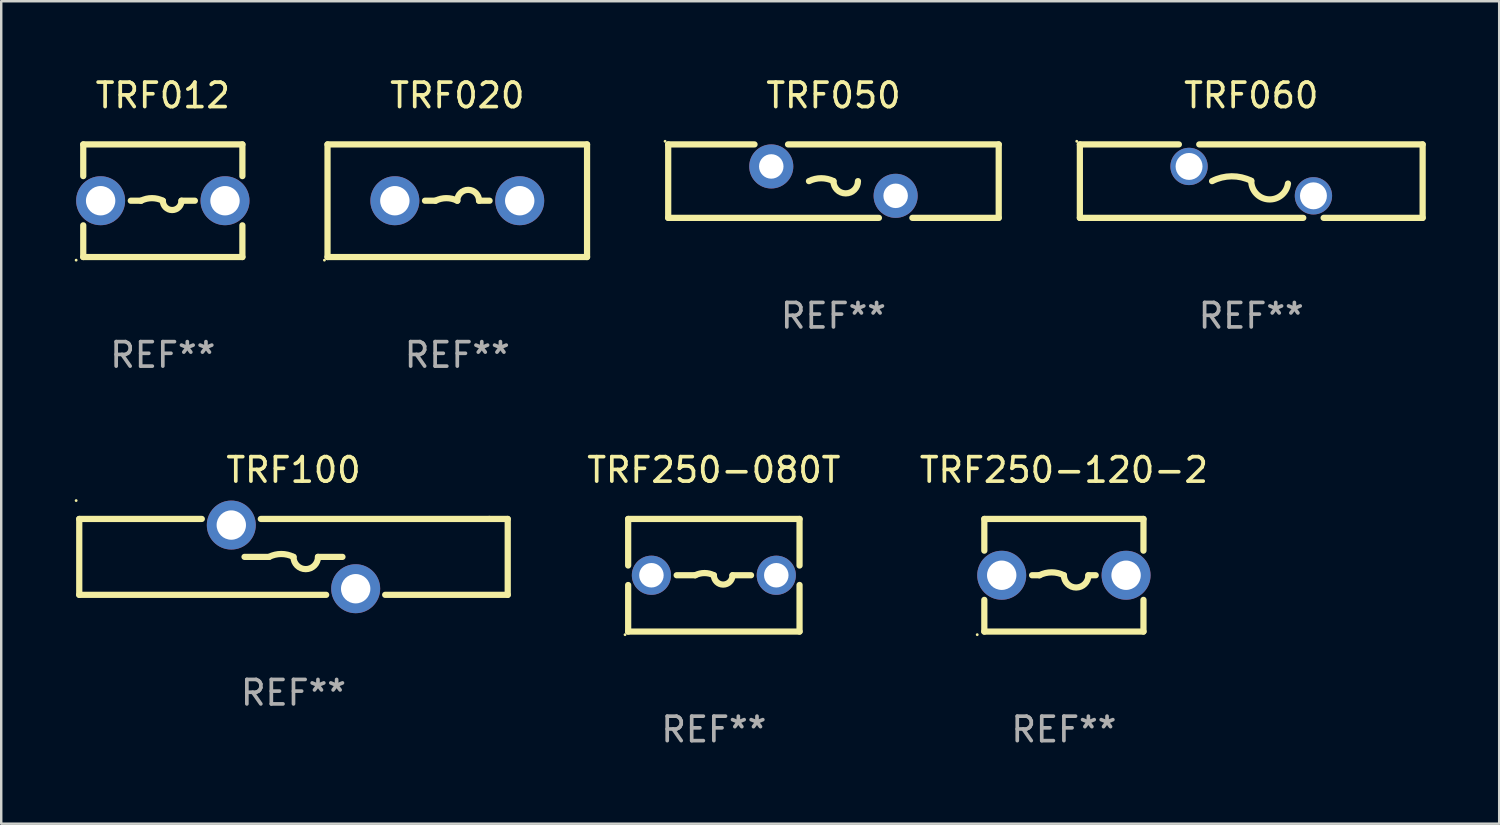
<source format=kicad_pcb>
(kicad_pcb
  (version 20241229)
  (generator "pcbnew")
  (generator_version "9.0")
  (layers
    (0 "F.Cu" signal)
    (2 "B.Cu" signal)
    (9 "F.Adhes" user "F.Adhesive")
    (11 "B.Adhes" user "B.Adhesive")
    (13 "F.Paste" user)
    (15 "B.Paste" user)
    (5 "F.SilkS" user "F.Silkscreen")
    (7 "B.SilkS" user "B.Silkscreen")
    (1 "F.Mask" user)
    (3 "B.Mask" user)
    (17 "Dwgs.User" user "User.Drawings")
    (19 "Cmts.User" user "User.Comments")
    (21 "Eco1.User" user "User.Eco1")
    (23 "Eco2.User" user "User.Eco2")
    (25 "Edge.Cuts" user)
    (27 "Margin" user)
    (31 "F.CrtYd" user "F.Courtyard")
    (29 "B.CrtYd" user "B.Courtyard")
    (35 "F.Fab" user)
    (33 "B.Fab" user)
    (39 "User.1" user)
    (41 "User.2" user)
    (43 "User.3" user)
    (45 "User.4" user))
  (footprint "TRF012"
    (layer "F.Cu")
    (at 3.6 5.148)
    (property "Reference" "TRF012" (at 0 -4.3 0) (layer "F.SilkS") (effects (font (size 1 1) (thickness 0.15))))
    (attr through_hole)
    (fp_line (start -3.25 -1.005) (end -3.25 -2.3) (stroke (width 0.254) (type solid)) (layer "F.SilkS"))
    (fp_line (start -3.25 2.3) (end -3.25 1.005) (stroke (width 0.254) (type solid)) (layer "F.SilkS"))
    (fp_line (start -3.25 -2.3) (end 3.25 -2.3) (stroke (width 0.254) (type solid)) (layer "F.SilkS"))
    (fp_line (start -1.309 0) (end -0.889 0) (stroke (width 0.254) (type solid)) (layer "F.SilkS"))
    (fp_line (start 1.309 0) (end 0.762 0) (stroke (width 0.254) (type solid)) (layer "F.SilkS"))
    (fp_line (start 3.25 2.3) (end -3.25 2.3) (stroke (width 0.254) (type solid)) (layer "F.SilkS"))
    (fp_line (start 3.25 -2.3) (end 3.25 -1.005) (stroke (width 0.254) (type solid)) (layer "F.SilkS"))
    (fp_line (start 3.25 1.005) (end 3.25 2.3) (stroke (width 0.254) (type solid)) (layer "F.SilkS"))
    (fp_arc (start -0.889014 0) (mid -0.444513 -0.104932) (end -0.000012 0.000001) (stroke (width 0.254001) (type solid)) (layer "F.SilkS"))
    (fp_arc (start 0.761989 0) (mid 0.380988 0.381001) (end -0.000013 0) (stroke (width 0.254001) (type solid)) (layer "F.SilkS"))
    (fp_circle (center -3.54 2.427) (end -3.51 2.427) (stroke (width 0.06) (type solid)) (fill no) (layer "F.SilkS"))
    (fp_text user "REF**" (at 0 6.3 0) (layer "F.Fab") (effects (font (size 1 1) (thickness 0.15))))
    (pad "1" thru_hole circle (at -2.54 0) (size 2 2) (drill 1.2) (layers "*.Cu" "*.Mask"))
    (pad "2" thru_hole circle (at 2.54 0) (size 2 2) (drill 1.2) (layers "*.Cu" "*.Mask")))
  (footprint "TRF060"
    (layer "F.Cu")
    (at 48.055 4.348)
    (property "Reference" "TRF060" (at 0 -3.5 0) (layer "F.SilkS") (effects (font (size 1 1) (thickness 0.15))))
    (attr through_hole)
    (fp_line (start -7 -1.5) (end -7 1.5) (stroke (width 0.254) (type solid)) (layer "F.SilkS"))
    (fp_line (start -7 -1.5) (end -2.956 -1.5) (stroke (width 0.254) (type solid)) (layer "F.SilkS"))
    (fp_line (start -2.124 -1.5) (end 7 -1.5) (stroke (width 0.254) (type solid)) (layer "F.SilkS"))
    (fp_line (start 2.124 1.5) (end -7 1.5) (stroke (width 0.254) (type solid)) (layer "F.SilkS"))
    (fp_line (start 7 1.5) (end 2.956 1.5) (stroke (width 0.254) (type solid)) (layer "F.SilkS"))
    (fp_line (start 7 1.5) (end 7 -1.5) (stroke (width 0.254) (type solid)) (layer "F.SilkS"))
    (fp_arc (start -1.6 0) (mid -0.801529 -0.197174) (end 0 -0.012827) (stroke (width 0.254001) (type solid)) (layer "F.SilkS"))
    (fp_arc (start 1.5 0.1) (mid 0.69724 0.745018) (end 0.000001 -0.012828) (stroke (width 0.254001) (type solid)) (layer "F.SilkS"))
    (fp_circle (center -7.127 -1.627) (end -7.097 -1.627) (stroke (width 0.06) (type solid)) (fill no) (layer "F.SilkS"))
    (fp_text user "REF**" (at 0 5.5 0) (layer "F.Fab") (effects (font (size 1 1) (thickness 0.15))))
    (pad "1" thru_hole circle (at -2.54 -0.6) (size 1.524 1.524) (drill 1.1) (layers "*.Cu" "*.Mask"))
    (pad "2" thru_hole circle (at 2.54 0.6) (size 1.524 1.524) (drill 1.1) (layers "*.Cu" "*.Mask")))
  (footprint "TRF100"
    (layer "F.Cu")
    (at 8.937 19.695)
    (property "Reference" "TRF100" (at 0 -3.55 0) (layer "F.SilkS") (effects (font (size 1 1) (thickness 0.15))))
    (attr through_hole)
    (fp_line (start -8.75 -1.55) (end -3.745 -1.55) (stroke (width 0.254) (type solid)) (layer "F.SilkS"))
    (fp_line (start -8.75 1.55) (end -8.75 -1.55) (stroke (width 0.254) (type solid)) (layer "F.SilkS"))
    (fp_line (start -8.75 1.55) (end 1.335 1.55) (stroke (width 0.254) (type solid)) (layer "F.SilkS"))
    (fp_line (start -1.335 -1.55) (end 8 -1.55) (stroke (width 0.254) (type solid)) (layer "F.SilkS"))
    (fp_line (start -1 0.000127) (end -2 0.000127) (stroke (width 0.254) (type solid)) (layer "F.SilkS"))
    (fp_line (start 1 0.000127) (end 2 0.000127) (stroke (width 0.254) (type solid)) (layer "F.SilkS"))
    (fp_line (start 3.745 1.55) (end 8.75 1.55) (stroke (width 0.254) (type solid)) (layer "F.SilkS"))
    (fp_line (start 8 -1.55) (end 8.75 -1.55) (stroke (width 0.254) (type solid)) (layer "F.SilkS"))
    (fp_line (start 8.75 -1.55) (end 8.75 1.55) (stroke (width 0.254) (type solid)) (layer "F.SilkS"))
    (fp_arc (start -1 0.000127) (mid -0.5 -0.117894) (end 0 0.000127) (stroke (width 0.254001) (type solid)) (layer "F.SilkS"))
    (fp_arc (start 1.000762 0.000127) (mid 0.500381 0.500254) (end 0 0.000127) (stroke (width 0.254001) (type solid)) (layer "F.SilkS"))
    (fp_circle (center -8.877 -2.3) (end -8.847 -2.3) (stroke (width 0.06) (type solid)) (fill no) (layer "F.SilkS"))
    (fp_text user "REF**" (at 0 5.55 0) (layer "F.Fab") (effects (font (size 1 1) (thickness 0.15))))
    (pad "1" thru_hole circle (at -2.54 -1.3) (size 2 2) (drill 1.2) (layers "*.Cu" "*.Mask"))
    (pad "2" thru_hole circle (at 2.54 1.3) (size 2 2) (drill 1.2) (layers "*.Cu" "*.Mask")))
  (footprint "TRF020"
    (layer "F.Cu")
    (at 15.627 5.148)
    (property "Reference" "TRF020" (at 0 -4.3 0) (layer "F.SilkS") (effects (font (size 1 1) (thickness 0.15))))
    (attr through_hole)
    (fp_line (start -5.3 -2.3) (end 5.3 -2.3) (stroke (width 0.254) (type solid)) (layer "F.SilkS"))
    (fp_line (start -5.3 2.3) (end -5.3 -2.3) (stroke (width 0.254) (type solid)) (layer "F.SilkS"))
    (fp_line (start -1.319 0) (end -0.889 0) (stroke (width 0.254) (type solid)) (layer "F.SilkS"))
    (fp_line (start 1.319 0) (end 0.889 0) (stroke (width 0.254) (type solid)) (layer "F.SilkS"))
    (fp_line (start 5.3 -2.3) (end 5.3 2.3) (stroke (width 0.254) (type solid)) (layer "F.SilkS"))
    (fp_line (start 5.3 2.3) (end -5.3 2.3) (stroke (width 0.254) (type solid)) (layer "F.SilkS"))
    (fp_arc (start -0.889002 0) (mid -0.444501 -0.104932) (end 0 0) (stroke (width 0.254001) (type solid)) (layer "F.SilkS"))
    (fp_arc (start 0 0) (mid 0.444501 -0.444501) (end 0.889002 0) (stroke (width 0.254001) (type solid)) (layer "F.SilkS"))
    (fp_circle (center -5.427 2.427) (end -5.397 2.427) (stroke (width 0.06) (type solid)) (fill no) (layer "F.SilkS"))
    (fp_text user "REF**" (at 0 6.3 0) (layer "F.Fab") (effects (font (size 1 1) (thickness 0.15))))
    (pad "1" thru_hole circle (at -2.55 0) (size 2 2) (drill 1.2) (layers "*.Cu" "*.Mask"))
    (pad "2" thru_hole circle (at 2.55 0) (size 2 2) (drill 1.2) (layers "*.Cu" "*.Mask")))
  (footprint "TRF250-120-2"
    (layer "F.Cu")
    (at 40.403 20.445)
    (property "Reference" "TRF250-120-2" (at 0 -4.3 0) (layer "F.SilkS") (effects (font (size 1 1) (thickness 0.15))))
    (attr through_hole)
    (fp_line (start -3.25 -2.3) (end -3.25 -1.005) (stroke (width 0.254) (type solid)) (layer "F.SilkS"))
    (fp_line (start -3.25 -2.3) (end 3.25 -2.3) (stroke (width 0.254) (type solid)) (layer "F.SilkS"))
    (fp_line (start -3.25 1.005) (end -3.25 2.3) (stroke (width 0.254) (type solid)) (layer "F.SilkS"))
    (fp_line (start -1 0) (end -1.3 0) (stroke (width 0.254) (type solid)) (layer "F.SilkS"))
    (fp_line (start 1 0) (end 1.3 0) (stroke (width 0.254) (type solid)) (layer "F.SilkS"))
    (fp_line (start 3.25 -2.3) (end 3.25 -1.005) (stroke (width 0.254) (type solid)) (layer "F.SilkS"))
    (fp_line (start 3.25 1.005) (end 3.25 2.3) (stroke (width 0.254) (type solid)) (layer "F.SilkS"))
    (fp_line (start 3.25 2.3) (end -3.25 2.3) (stroke (width 0.254) (type solid)) (layer "F.SilkS"))
    (fp_arc (start -1.000762 0) (mid -0.500381 -0.118151) (end 0 0) (stroke (width 0.254001) (type solid)) (layer "F.SilkS"))
    (fp_arc (start 1.000762 0) (mid 0.500381 0.500127) (end 0 0) (stroke (width 0.254001) (type solid)) (layer "F.SilkS"))
    (fp_circle (center -3.54 2.427) (end -3.51 2.427) (stroke (width 0.06) (type solid)) (fill no) (layer "F.SilkS"))
    (fp_text user "REF**" (at 0 6.3 0) (layer "F.Fab") (effects (font (size 1 1) (thickness 0.15))))
    (pad "1" thru_hole circle (at -2.54 0) (size 2 2) (drill 1.2) (layers "*.Cu" "*.Mask"))
    (pad "2" thru_hole circle (at 2.54 0) (size 2 2) (drill 1.2) (layers "*.Cu" "*.Mask")))
  (footprint "TRF250-080T"
    (layer "F.Cu")
    (at 26.106 20.445)
    (property "Reference" "TRF250-080T" (at 0 -4.3 0) (layer "F.SilkS") (effects (font (size 1 1) (thickness 0.15))))
    (attr through_hole)
    (fp_line (start -3.5 -2.3) (end -3.5 -0.398) (stroke (width 0.254) (type solid)) (layer "F.SilkS"))
    (fp_line (start -3.5 -2.3) (end 3.5 -2.3) (stroke (width 0.254) (type solid)) (layer "F.SilkS"))
    (fp_line (start -3.5 0.398) (end -3.5 2.3) (stroke (width 0.254) (type solid)) (layer "F.SilkS"))
    (fp_line (start -1.519 0) (end -0.762 0) (stroke (width 0.254) (type solid)) (layer "F.SilkS"))
    (fp_line (start 1.519 0) (end 0.762 0) (stroke (width 0.254) (type solid)) (layer "F.SilkS"))
    (fp_line (start 3.5 -2.3) (end 3.5 -0.397) (stroke (width 0.254) (type solid)) (layer "F.SilkS"))
    (fp_line (start 3.5 0.397) (end 3.5 2.3) (stroke (width 0.254) (type solid)) (layer "F.SilkS"))
    (fp_line (start 3.5 2.3) (end -3.5 2.3) (stroke (width 0.254) (type solid)) (layer "F.SilkS"))
    (fp_arc (start -0.762129 0) (mid -0.381128 -0.089942) (end -0.000127 0) (stroke (width 0.254001) (type solid)) (layer "F.SilkS"))
    (fp_arc (start 0.761875 0) (mid 0.380874 0.381001) (end -0.000127 0) (stroke (width 0.254001) (type solid)) (layer "F.SilkS"))
    (fp_circle (center -3.627 2.427) (end -3.597 2.427) (stroke (width 0.06) (type solid)) (fill no) (layer "F.SilkS"))
    (fp_text user "REF**" (at 0 6.3 0) (layer "F.Fab") (effects (font (size 1 1) (thickness 0.15))))
    (pad "1" thru_hole circle (at -2.55 0) (size 1.6 1.6) (drill 1) (layers "*.Cu" "*.Mask"))
    (pad "2" thru_hole circle (at 2.55 0) (size 1.6 1.6) (drill 1) (layers "*.Cu" "*.Mask")))
  (footprint "TRF050"
    (layer "F.Cu")
    (at 30.991 4.348)
    (property "Reference" "TRF050" (at 0 -3.5 0) (layer "F.SilkS") (effects (font (size 1 1) (thickness 0.15))))
    (attr through_hole)
    (fp_line (start -6.75 -1.5) (end -3.224 -1.5) (stroke (width 0.254) (type solid)) (layer "F.SilkS"))
    (fp_line (start -6.75 1.5) (end -6.75 -1.5) (stroke (width 0.254) (type solid)) (layer "F.SilkS"))
    (fp_line (start -1.856 -1.5) (end 6.75 -1.5) (stroke (width 0.254) (type solid)) (layer "F.SilkS"))
    (fp_line (start 1.857 1.5) (end -6.75 1.5) (stroke (width 0.254) (type solid)) (layer "F.SilkS"))
    (fp_line (start 6.75 -1.5) (end 6.75 1.5) (stroke (width 0.254) (type solid)) (layer "F.SilkS"))
    (fp_line (start 6.75 1.5) (end 3.223 1.5) (stroke (width 0.254) (type solid)) (layer "F.SilkS"))
    (fp_arc (start -1 -0.000127) (mid -0.5 -0.118148) (end 0 -0.000127) (stroke (width 0.254001) (type solid)) (layer "F.SilkS"))
    (fp_arc (start 1.000762 -0.000127) (mid 0.500381 0.5) (end 0 -0.000127) (stroke (width 0.254001) (type solid)) (layer "F.SilkS"))
    (fp_circle (center -6.877 -1.627) (end -6.847 -1.627) (stroke (width 0.06) (type solid)) (fill no) (layer "F.SilkS"))
    (fp_text user "REF**" (at 0 5.5 0) (layer "F.Fab") (effects (font (size 1 1) (thickness 0.15))))
    (pad "1" thru_hole circle (at -2.54 -0.6) (size 1.8 1.8) (drill 1) (layers "*.Cu" "*.Mask"))
    (pad "2" thru_hole circle (at 2.54 0.6) (size 1.8 1.8) (drill 1) (layers "*.Cu" "*.Mask")))
  (gr_rect
    (start -3 -3)
    (end 58.182 30.593)
    (stroke (width 0.1) (type default))
    (fill no)
    (layer "Edge.Cuts")))
</source>
